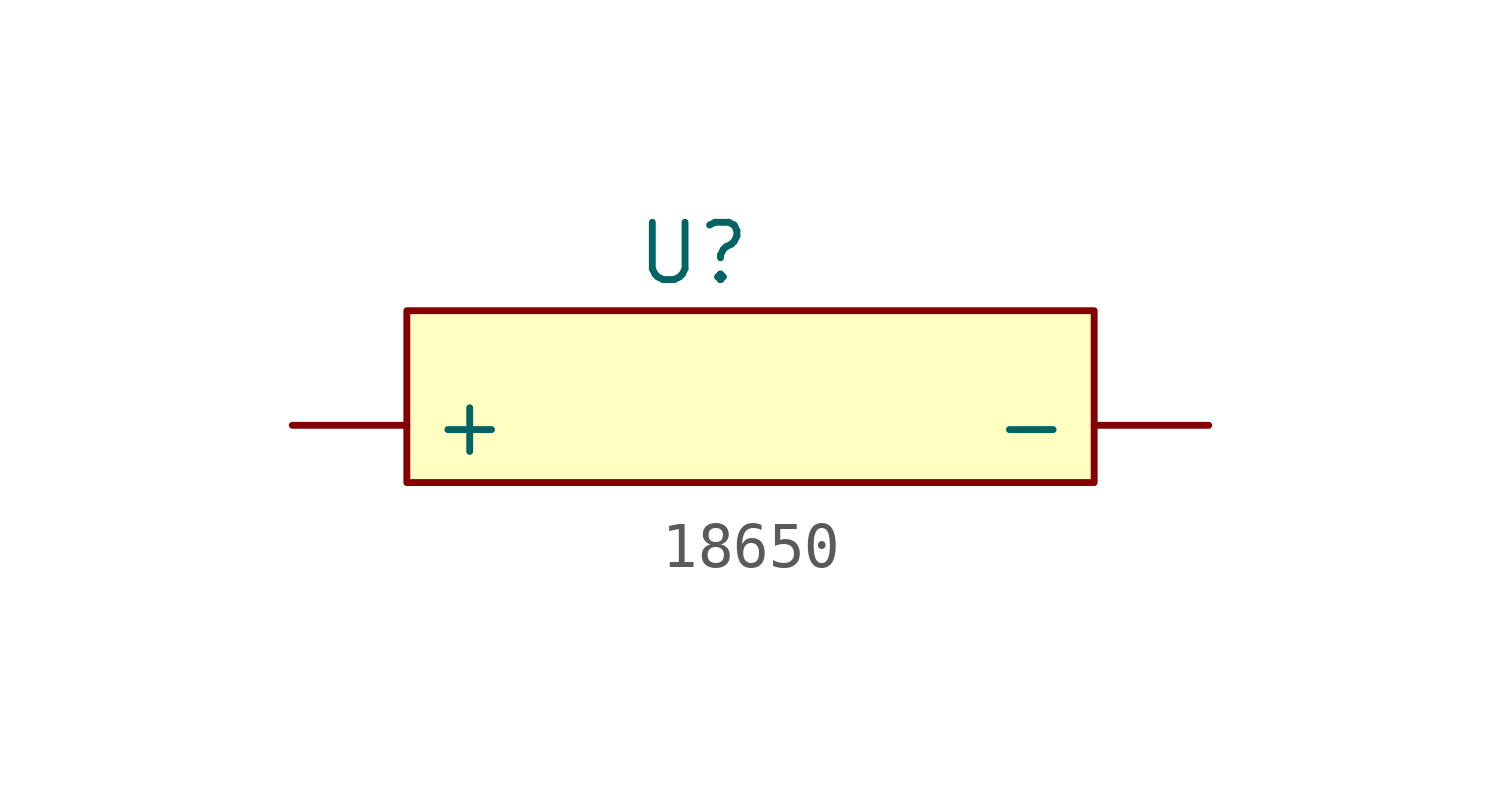
<source format=kicad_sym>
(kicad_symbol_lib
  (version 20220914)
  (generator kicad_symbol_editor)
  (symbol "18650"
    (property "Reference" "U"
      (at 0 0 0)
      (effects (font (size 1.27 1.27))))
    (property "Value" ""
      (at 0 0 0)
      (effects (font (size 1.27 1.27))))
    (symbol "18650_0_1"
      (rectangle (start -6.35 -1.27) (end 8.89 -5.08) (stroke (width 0) (type default)) (fill (type background))))
    (symbol "18650_1_1"
      (pin power_out line (at -8.89 -3.81 0) (length 2.54) (name "+" (effects (font (size 1.27 1.27)))) (number "" (effects (font (size 1.27 1.27)))))
      (pin power_out line (at 11.43 -3.81 180) (length 2.54) (name "-" (effects (font (size 1.27 1.27)))) (number "" (effects (font (size 1.27 1.27))))))))
</source>
